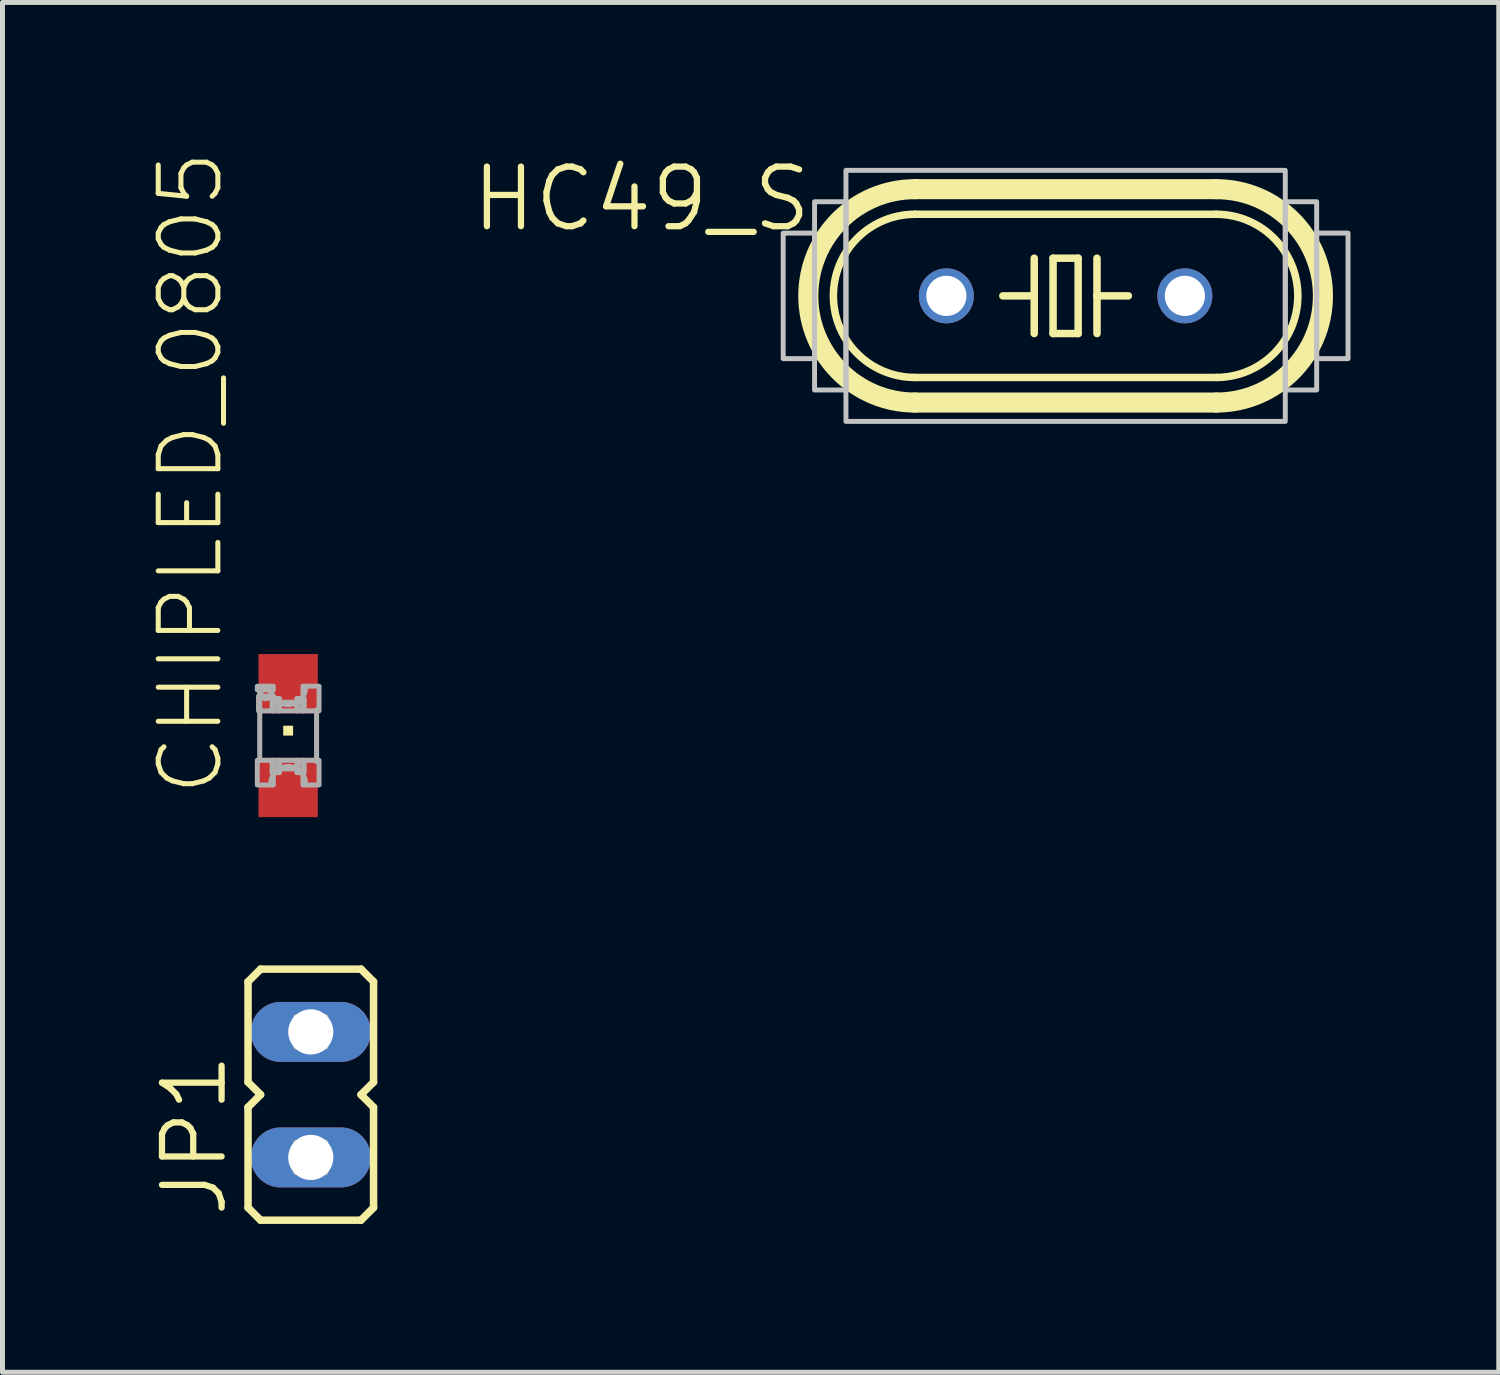
<source format=kicad_pcb>
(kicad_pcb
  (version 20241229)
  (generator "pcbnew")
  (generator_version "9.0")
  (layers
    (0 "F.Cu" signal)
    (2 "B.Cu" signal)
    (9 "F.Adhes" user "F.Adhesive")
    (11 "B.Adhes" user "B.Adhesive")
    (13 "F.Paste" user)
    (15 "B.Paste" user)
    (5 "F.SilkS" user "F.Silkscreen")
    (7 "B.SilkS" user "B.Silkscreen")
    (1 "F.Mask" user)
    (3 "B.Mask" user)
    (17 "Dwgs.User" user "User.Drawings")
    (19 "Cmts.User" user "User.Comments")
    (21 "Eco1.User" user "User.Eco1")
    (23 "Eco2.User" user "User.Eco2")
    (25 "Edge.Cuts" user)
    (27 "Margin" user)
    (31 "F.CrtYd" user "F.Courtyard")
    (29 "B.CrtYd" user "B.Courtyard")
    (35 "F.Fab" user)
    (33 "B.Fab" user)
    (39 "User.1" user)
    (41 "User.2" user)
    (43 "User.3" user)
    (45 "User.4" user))
  (footprint "JP1"
    (layer "F.Cu")
    (at 3.239 19.101)
    (property "Reference" "JP1" (at -1.651 2.54 90) (layer "F.SilkS") (effects (font (size 1.206 1.206) (thickness 0.127)) (justify left bottom)))
    (attr through_hole)
    (fp_line (start -1.27 -2.286) (end -1.27 -0.254) (stroke (width 0.152) (type solid)) (layer "F.SilkS"))
    (fp_line (start -1.27 -2.286) (end -1.016 -2.54) (stroke (width 0.152) (type solid)) (layer "F.SilkS"))
    (fp_line (start -1.27 0.254) (end -1.27 2.286) (stroke (width 0.152) (type solid)) (layer "F.SilkS"))
    (fp_line (start -1.016 0) (end -1.27 -0.254) (stroke (width 0.152) (type solid)) (layer "F.SilkS"))
    (fp_line (start -1.016 0) (end -1.27 0.254) (stroke (width 0.152) (type solid)) (layer "F.SilkS"))
    (fp_line (start -1.016 2.54) (end -1.27 2.286) (stroke (width 0.152) (type solid)) (layer "F.SilkS"))
    (fp_line (start -1.016 2.54) (end 1.016 2.54) (stroke (width 0.152) (type solid)) (layer "F.SilkS"))
    (fp_line (start 1.016 -2.54) (end -1.016 -2.54) (stroke (width 0.152) (type solid)) (layer "F.SilkS"))
    (fp_line (start 1.016 0) (end 1.27 -0.254) (stroke (width 0.152) (type solid)) (layer "F.SilkS"))
    (fp_line (start 1.016 0) (end 1.27 0.254) (stroke (width 0.152) (type solid)) (layer "F.SilkS"))
    (fp_line (start 1.016 2.54) (end 1.27 2.286) (stroke (width 0.152) (type solid)) (layer "F.SilkS"))
    (fp_line (start 1.27 -2.286) (end 1.016 -2.54) (stroke (width 0.152) (type solid)) (layer "F.SilkS"))
    (fp_line (start 1.27 -2.286) (end 1.27 -0.254) (stroke (width 0.152) (type solid)) (layer "F.SilkS"))
    (fp_line (start 1.27 0.254) (end 1.27 2.286) (stroke (width 0.152) (type solid)) (layer "F.SilkS"))
    (fp_poly (pts (xy -0.305 -0.965) (xy 0.305 -0.965) (xy 0.305 -1.575) (xy -0.305 -1.575)) (stroke (width 0.1) (type solid)) (fill no) (layer "F.Fab"))
    (fp_poly (pts (xy -0.305 1.575) (xy 0.305 1.575) (xy 0.305 0.965) (xy -0.305 0.965)) (stroke (width 0.1) (type solid)) (fill no) (layer "F.Fab"))
    (pad "1" thru_hole oval (at 0 1.27) (size 2.429 1.214) (drill 0.914) (layers "*.Cu" "*.Mask"))
    (pad "2" thru_hole oval (at 0 -1.27) (size 2.429 1.214) (drill 0.914) (layers "*.Cu" "*.Mask")))
  (footprint "HC49_S"
    (layer "F.Cu")
    (at 18.513 2.937)
    (property "Reference" "HC49_S" (at -5.08 -2.667 0) (layer "F.SilkS") (effects (font (size 1.206 1.206) (thickness 0.127)) (justify right top)))
    (attr through_hole)
    (fp_line (start -3.048 -2.159) (end 3.048 -2.159) (stroke (width 0.406) (type solid)) (layer "F.SilkS"))
    (fp_line (start -3.048 1.651) (end 3.048 1.651) (stroke (width 0.152) (type solid)) (layer "F.SilkS"))
    (fp_line (start -3.048 2.159) (end 3.048 2.159) (stroke (width 0.406) (type solid)) (layer "F.SilkS"))
    (fp_line (start -0.635 -0.762) (end -0.635 0) (stroke (width 0.152) (type solid)) (layer "F.SilkS"))
    (fp_line (start -0.635 0) (end -1.27 0) (stroke (width 0.152) (type solid)) (layer "F.SilkS"))
    (fp_line (start -0.635 0) (end -0.635 0.762) (stroke (width 0.152) (type solid)) (layer "F.SilkS"))
    (fp_line (start -0.254 -0.762) (end 0.254 -0.762) (stroke (width 0.152) (type solid)) (layer "F.SilkS"))
    (fp_line (start -0.254 0.762) (end -0.254 -0.762) (stroke (width 0.152) (type solid)) (layer "F.SilkS"))
    (fp_line (start 0.254 -0.762) (end 0.254 0.762) (stroke (width 0.152) (type solid)) (layer "F.SilkS"))
    (fp_line (start 0.254 0.762) (end -0.254 0.762) (stroke (width 0.152) (type solid)) (layer "F.SilkS"))
    (fp_line (start 0.635 -0.762) (end 0.635 0) (stroke (width 0.152) (type solid)) (layer "F.SilkS"))
    (fp_line (start 0.635 0) (end 0.635 0.762) (stroke (width 0.152) (type solid)) (layer "F.SilkS"))
    (fp_line (start 0.635 0) (end 1.27 0) (stroke (width 0.152) (type solid)) (layer "F.SilkS"))
    (fp_line (start 3.048 -1.651) (end -3.048 -1.651) (stroke (width 0.152) (type solid)) (layer "F.SilkS"))
    (fp_arc (start -3.048 1.651) (mid -4.699 0) (end -3.048 -1.651) (stroke (width 0.1524) (type solid)) (layer "F.SilkS"))
    (fp_arc (start -3.048 2.159) (mid -5.207 0) (end -3.048 -2.159) (stroke (width 0.4064) (type solid)) (layer "F.SilkS"))
    (fp_arc (start 3.048 -2.159) (mid 5.207 0) (end 3.048 2.159) (stroke (width 0.4064) (type solid)) (layer "F.SilkS"))
    (fp_arc (start 3.048 -1.651) (mid 4.699 0) (end 3.048 1.651) (stroke (width 0.1524) (type solid)) (layer "F.SilkS"))
    (fp_poly (pts (xy -5.715 1.27) (xy -5.08 1.27) (xy -5.08 -1.27) (xy -5.715 -1.27)) (stroke (width 0.1) (type solid)) (fill no) (layer "Dwgs.User"))
    (fp_poly (pts (xy -5.08 1.905) (xy -4.445 1.905) (xy -4.445 -1.905) (xy -5.08 -1.905)) (stroke (width 0.1) (type solid)) (fill no) (layer "Dwgs.User"))
    (fp_poly (pts (xy -4.445 2.54) (xy 4.445 2.54) (xy 4.445 -2.54) (xy -4.445 -2.54)) (stroke (width 0.1) (type solid)) (fill no) (layer "Dwgs.User"))
    (fp_poly (pts (xy 4.445 1.905) (xy 5.08 1.905) (xy 5.08 -1.905) (xy 4.445 -1.905)) (stroke (width 0.1) (type solid)) (fill no) (layer "Dwgs.User"))
    (fp_poly (pts (xy 5.08 1.27) (xy 5.715 1.27) (xy 5.715 -1.27) (xy 5.08 -1.27)) (stroke (width 0.1) (type solid)) (fill no) (layer "Dwgs.User"))
    (pad "1" thru_hole circle (at -2.413 0) (size 1.113 1.113) (drill 0.813) (layers "*.Cu" "*.Mask"))
    (pad "2" thru_hole circle (at 2.413 0) (size 1.113 1.113) (drill 0.813) (layers "*.Cu" "*.Mask")))
  (footprint "CHIPLED_0805"
    (layer "F.Cu")
    (at 2.781 11.835)
    (property "Reference" "CHIPLED_0805" (at -1.27 1.27 90) (layer "F.SilkS") (effects (font (size 1.206 1.206) (thickness 0.102)) (justify left bottom)))
    (attr through_hole)
    (fp_poly (pts (xy -0.1 0) (xy 0.1 0) (xy 0.1 -0.2) (xy -0.1 -0.2)) (stroke (width 0) (type solid)) (fill yes) (layer "F.SilkS"))
    (fp_line (start -0.575 0.5) (end -0.575 -0.925) (stroke (width 0.102) (type solid)) (layer "F.Fab"))
    (fp_line (start 0.575 -0.525) (end 0.575 0.525) (stroke (width 0.102) (type solid)) (layer "F.Fab"))
    (fp_arc (start -0.35 0.925) (mid -0.000001 0.625027) (end 0.35 0.924998) (stroke (width 0.1016) (type solid)) (layer "F.Fab"))
    (fp_arc (start 0.35 -0.924998) (mid -0.000001 -0.625027) (end -0.35 -0.925) (stroke (width 0.1016) (type solid)) (layer "F.Fab"))
    (fp_circle (center -0.45 -0.85) (end -0.347 -0.85) (stroke (width 0.102) (type solid)) (fill no) (layer "F.Fab"))
    (fp_poly (pts (xy -0.625 -0.925) (xy -0.3 -0.925) (xy -0.3 -1) (xy -0.625 -1)) (stroke (width 0.1) (type solid)) (fill no) (layer "F.Fab"))
    (fp_poly (pts (xy -0.625 1) (xy -0.3 1) (xy -0.3 0.5) (xy -0.625 0.5)) (stroke (width 0.1) (type solid)) (fill no) (layer "F.Fab"))
    (fp_poly (pts (xy -0.6 -0.5) (xy -0.3 -0.5) (xy -0.3 -0.8) (xy -0.6 -0.8)) (stroke (width 0.1) (type solid)) (fill no) (layer "F.Fab"))
    (fp_poly (pts (xy -0.325 -0.5) (xy -0.175 -0.5) (xy -0.175 -0.75) (xy -0.325 -0.75)) (stroke (width 0.1) (type solid)) (fill no) (layer "F.Fab"))
    (fp_poly (pts (xy -0.325 0.75) (xy -0.175 0.75) (xy -0.175 0.5) (xy -0.325 0.5)) (stroke (width 0.1) (type solid)) (fill no) (layer "F.Fab"))
    (fp_poly (pts (xy -0.2 -0.5) (xy 0.2 -0.5) (xy 0.2 -0.675) (xy -0.2 -0.675)) (stroke (width 0.1) (type solid)) (fill no) (layer "F.Fab"))
    (fp_poly (pts (xy -0.2 0.675) (xy 0.2 0.675) (xy 0.2 0.5) (xy -0.2 0.5)) (stroke (width 0.1) (type solid)) (fill no) (layer "F.Fab"))
    (fp_poly (pts (xy 0.175 -0.5) (xy 0.325 -0.5) (xy 0.325 -0.75) (xy 0.175 -0.75)) (stroke (width 0.1) (type solid)) (fill no) (layer "F.Fab"))
    (fp_poly (pts (xy 0.175 0.75) (xy 0.325 0.75) (xy 0.325 0.5) (xy 0.175 0.5)) (stroke (width 0.1) (type solid)) (fill no) (layer "F.Fab"))
    (fp_poly (pts (xy 0.3 -0.5) (xy 0.625 -0.5) (xy 0.625 -1) (xy 0.3 -1)) (stroke (width 0.1) (type solid)) (fill no) (layer "F.Fab"))
    (fp_poly (pts (xy 0.3 1) (xy 0.625 1) (xy 0.625 0.5) (xy 0.3 0.5)) (stroke (width 0.1) (type solid)) (fill no) (layer "F.Fab"))
    (pad "A" smd rect (at 0 1.05) (size 1.2 1.2) (layers "F.Cu" "F.Mask" "F.Paste"))
    (pad "C" smd rect (at 0 -1.05) (size 1.2 1.2) (layers "F.Cu" "F.Mask" "F.Paste")))
  (gr_rect
    (start -3 -3)
    (end 27.278 24.718)
    (stroke (width 0.1) (type default))
    (fill no)
    (layer "Edge.Cuts")))
</source>
